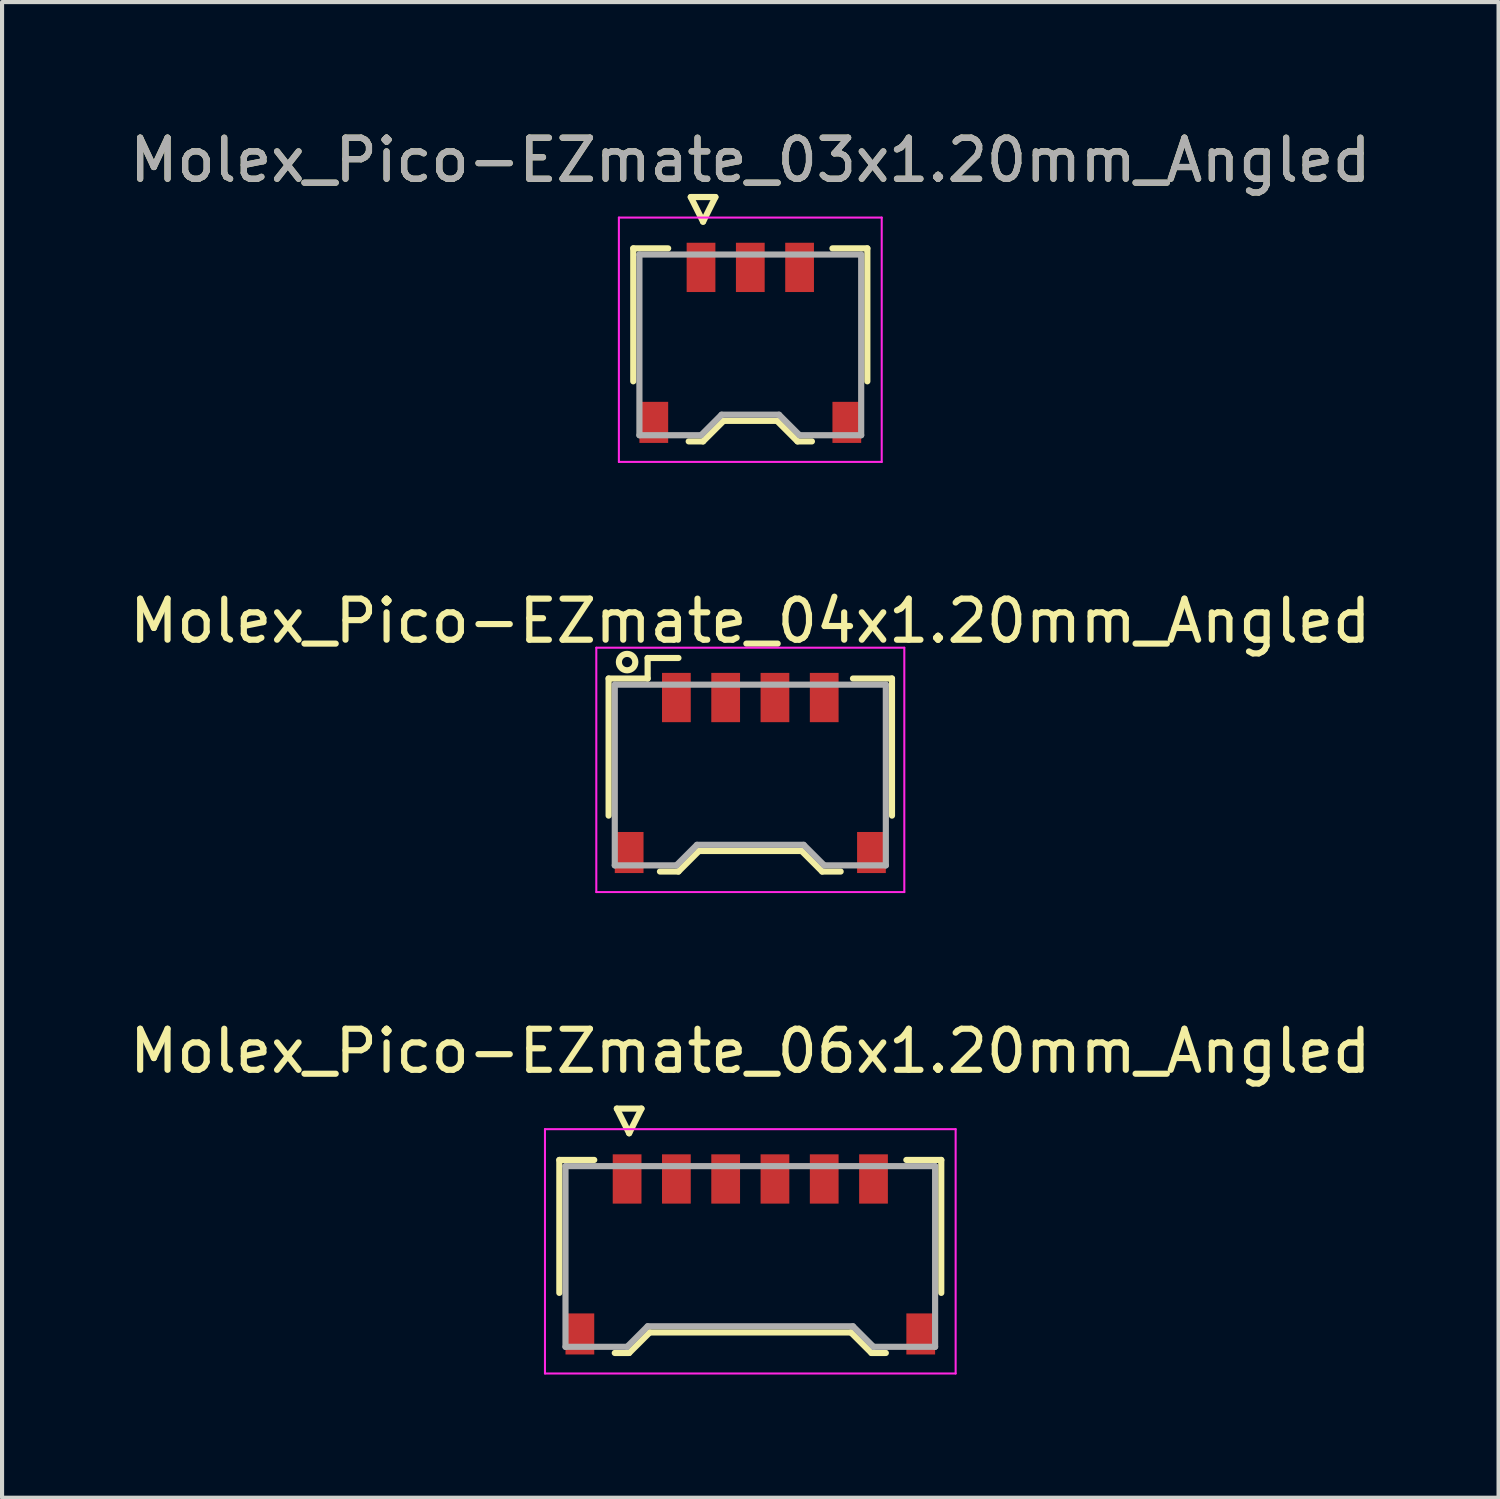
<source format=kicad_pcb>
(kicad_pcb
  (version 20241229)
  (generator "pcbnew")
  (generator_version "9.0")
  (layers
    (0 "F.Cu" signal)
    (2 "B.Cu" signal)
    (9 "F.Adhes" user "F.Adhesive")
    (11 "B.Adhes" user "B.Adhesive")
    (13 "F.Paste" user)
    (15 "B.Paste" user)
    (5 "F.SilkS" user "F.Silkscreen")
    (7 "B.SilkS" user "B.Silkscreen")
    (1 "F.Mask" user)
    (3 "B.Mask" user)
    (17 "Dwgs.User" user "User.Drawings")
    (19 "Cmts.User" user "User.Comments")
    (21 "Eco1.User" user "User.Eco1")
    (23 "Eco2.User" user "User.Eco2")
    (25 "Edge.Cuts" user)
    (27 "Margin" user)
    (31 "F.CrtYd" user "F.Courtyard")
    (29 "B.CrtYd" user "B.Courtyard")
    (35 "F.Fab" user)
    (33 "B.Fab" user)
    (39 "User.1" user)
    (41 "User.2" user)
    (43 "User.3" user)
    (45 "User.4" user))
  (footprint "Molex_Pico-EZmate_06x1.20mm_Angled"
    (layer "F.Cu")
    (at 15.22 27.545)
    (property "Reference" "Molex_Pico-EZmate_06x1.20mm_Angled" (at 0 -5 0) (layer "F.SilkS") (effects (font (size 1 1) (thickness 0.15))))
    (attr smd)
    (fp_line (start -4.65 -2.35) (end -4.65 0.887) (stroke (width 0.15) (type solid)) (layer "F.SilkS"))
    (fp_line (start -3.8 -2.35) (end -4.65 -2.35) (stroke (width 0.15) (type solid)) (layer "F.SilkS"))
    (fp_line (start -3.3 2.35) (end -2.95 2.35) (stroke (width 0.15) (type solid)) (layer "F.SilkS"))
    (fp_line (start -3.25 -3.6) (end -2.95 -3) (stroke (width 0.15) (type solid)) (layer "F.SilkS"))
    (fp_line (start -2.95 -3) (end -2.65 -3.6) (stroke (width 0.15) (type solid)) (layer "F.SilkS"))
    (fp_line (start -2.95 2.35) (end -2.45 1.85) (stroke (width 0.15) (type solid)) (layer "F.SilkS"))
    (fp_line (start -2.65 -3.6) (end -3.25 -3.6) (stroke (width 0.15) (type solid)) (layer "F.SilkS"))
    (fp_line (start -2.45 1.85) (end 2.45 1.85) (stroke (width 0.15) (type solid)) (layer "F.SilkS"))
    (fp_line (start 2.45 1.85) (end 2.95 2.35) (stroke (width 0.15) (type solid)) (layer "F.SilkS"))
    (fp_line (start 2.95 2.35) (end 3.3 2.35) (stroke (width 0.15) (type solid)) (layer "F.SilkS"))
    (fp_line (start 3.8 -2.35) (end 4.65 -2.35) (stroke (width 0.15) (type solid)) (layer "F.SilkS"))
    (fp_line (start 4.65 -2.35) (end 4.65 0.887) (stroke (width 0.15) (type solid)) (layer "F.SilkS"))
    (fp_line (start -5 -3.1) (end -5 2.85) (stroke (width 0.05) (type solid)) (layer "F.CrtYd"))
    (fp_line (start -5 2.85) (end 5 2.85) (stroke (width 0.05) (type solid)) (layer "F.CrtYd"))
    (fp_line (start 5 -3.1) (end -5 -3.1) (stroke (width 0.05) (type solid)) (layer "F.CrtYd"))
    (fp_line (start 5 2.85) (end 5 -3.1) (stroke (width 0.05) (type solid)) (layer "F.CrtYd"))
    (fp_line (start -4.5 -2.2) (end -4.5 2.2) (stroke (width 0.15) (type solid)) (layer "F.Fab"))
    (fp_line (start -4.5 2.2) (end -3 2.2) (stroke (width 0.15) (type solid)) (layer "F.Fab"))
    (fp_line (start -3 2.2) (end -2.5 1.7) (stroke (width 0.15) (type solid)) (layer "F.Fab"))
    (fp_line (start -2.5 1.7) (end 2.5 1.7) (stroke (width 0.15) (type solid)) (layer "F.Fab"))
    (fp_line (start 2.5 1.7) (end 3 2.2) (stroke (width 0.15) (type solid)) (layer "F.Fab"))
    (fp_line (start 3 2.2) (end 4.5 2.2) (stroke (width 0.15) (type solid)) (layer "F.Fab"))
    (fp_line (start 4.5 -2.2) (end -4.5 -2.2) (stroke (width 0.15) (type solid)) (layer "F.Fab"))
    (fp_line (start 4.5 2.2) (end 4.5 -2.2) (stroke (width 0.15) (type solid)) (layer "F.Fab"))
    (pad "" smd rect (at -4.15 1.887) (size 0.7 1) (layers "F.Cu" "F.Mask" "F.Paste"))
    (pad "" smd rect (at 4.15 1.887) (size 0.7 1) (layers "F.Cu" "F.Mask" "F.Paste"))
    (pad "1" smd rect (at -3 -1.887) (size 0.7 1.2) (layers "F.Cu" "F.Mask" "F.Paste"))
    (pad "2" smd rect (at -1.8 -1.887) (size 0.7 1.2) (layers "F.Cu" "F.Mask" "F.Paste"))
    (pad "3" smd rect (at -0.6 -1.887) (size 0.7 1.2) (layers "F.Cu" "F.Mask" "F.Paste"))
    (pad "4" smd rect (at 0.6 -1.887) (size 0.7 1.2) (layers "F.Cu" "F.Mask" "F.Paste"))
    (pad "5" smd rect (at 1.8 -1.887) (size 0.7 1.2) (layers "F.Cu" "F.Mask" "F.Paste"))
    (pad "6" smd rect (at 3 -1.887) (size 0.7 1.2) (layers "F.Cu" "F.Mask" "F.Paste")))
  (footprint "Molex_Pico-EZmate_04x1.20mm_Angled"
    (layer "F.Cu")
    (at 15.22 15.822)
    (property "Reference" "Molex_Pico-EZmate_04x1.20mm_Angled" (at 0 -3.75 0) (layer "F.SilkS") (effects (font (size 1 1) (thickness 0.15))))
    (attr smd)
    (fp_line (start -3.45 -2.35) (end -3.45 0.988) (stroke (width 0.15) (type solid)) (layer "F.SilkS"))
    (fp_line (start -2.5 -2.85) (end -1.75 -2.85) (stroke (width 0.15) (type solid)) (layer "F.SilkS"))
    (fp_line (start -2.5 -2.35) (end -3.45 -2.35) (stroke (width 0.15) (type solid)) (layer "F.SilkS"))
    (fp_line (start -2.5 -2.35) (end -2.5 -2.85) (stroke (width 0.15) (type solid)) (layer "F.SilkS"))
    (fp_line (start -2.2 2.35) (end -1.75 2.35) (stroke (width 0.15) (type solid)) (layer "F.SilkS"))
    (fp_line (start -1.75 2.35) (end -1.25 1.85) (stroke (width 0.15) (type solid)) (layer "F.SilkS"))
    (fp_line (start -1.25 1.85) (end 1.25 1.85) (stroke (width 0.15) (type solid)) (layer "F.SilkS"))
    (fp_line (start 1.25 1.85) (end 1.75 2.35) (stroke (width 0.15) (type solid)) (layer "F.SilkS"))
    (fp_line (start 1.75 2.35) (end 2.2 2.35) (stroke (width 0.15) (type solid)) (layer "F.SilkS"))
    (fp_line (start 2.5 -2.35) (end 3.45 -2.35) (stroke (width 0.15) (type solid)) (layer "F.SilkS"))
    (fp_line (start 3.45 -2.35) (end 3.45 0.988) (stroke (width 0.15) (type solid)) (layer "F.SilkS"))
    (fp_circle (center -3 -2.75) (end -2.8 -2.75) (stroke (width 0.15) (type solid)) (fill no) (layer "F.SilkS"))
    (fp_line (start -3.75 -3.1) (end -3.75 2.85) (stroke (width 0.05) (type solid)) (layer "F.CrtYd"))
    (fp_line (start -3.75 2.85) (end 3.75 2.85) (stroke (width 0.05) (type solid)) (layer "F.CrtYd"))
    (fp_line (start 3.75 -3.1) (end -3.75 -3.1) (stroke (width 0.05) (type solid)) (layer "F.CrtYd"))
    (fp_line (start 3.75 2.85) (end 3.75 -3.1) (stroke (width 0.05) (type solid)) (layer "F.CrtYd"))
    (fp_line (start -3.3 -2.2) (end -3.3 2.2) (stroke (width 0.15) (type solid)) (layer "F.Fab"))
    (fp_line (start -3.3 2.2) (end -1.8 2.2) (stroke (width 0.15) (type solid)) (layer "F.Fab"))
    (fp_line (start -1.8 2.2) (end -1.3 1.7) (stroke (width 0.15) (type solid)) (layer "F.Fab"))
    (fp_line (start -1.3 1.7) (end 1.3 1.7) (stroke (width 0.15) (type solid)) (layer "F.Fab"))
    (fp_line (start 1.3 1.7) (end 1.8 2.2) (stroke (width 0.15) (type solid)) (layer "F.Fab"))
    (fp_line (start 1.8 2.2) (end 3.3 2.2) (stroke (width 0.15) (type solid)) (layer "F.Fab"))
    (fp_line (start 3.3 -2.2) (end -3.3 -2.2) (stroke (width 0.15) (type solid)) (layer "F.Fab"))
    (fp_line (start 3.3 2.2) (end 3.3 -2.2) (stroke (width 0.15) (type solid)) (layer "F.Fab"))
    (pad "" smd rect (at -2.95 1.887) (size 0.7 1) (layers "F.Cu" "F.Mask" "F.Paste"))
    (pad "" smd rect (at 2.95 1.887) (size 0.7 1) (layers "F.Cu" "F.Mask" "F.Paste"))
    (pad "1" smd rect (at -1.8 -1.887) (size 0.7 1.2) (layers "F.Cu" "F.Mask" "F.Paste"))
    (pad "2" smd rect (at -0.6 -1.887) (size 0.7 1.2) (layers "F.Cu" "F.Mask" "F.Paste"))
    (pad "3" smd rect (at 0.6 -1.887) (size 0.7 1.2) (layers "F.Cu" "F.Mask" "F.Paste"))
    (pad "4" smd rect (at 1.8 -1.887) (size 0.7 1.2) (layers "F.Cu" "F.Mask" "F.Paste")))
  (footprint "Molex_Pico-EZmate_03x1.20mm_Angled"
    (layer "F.Cu")
    (at 15.22 5.348)
    (property "Reference" "Molex_Pico-EZmate_03x1.20mm_Angled" (at 0 -4.5 0) (layer "F.SilkS") (effects (font (size 1 1) (thickness 0.15))))
    (attr smd)
    (fp_line (start -2.85 -2.35) (end -2.85 0.887) (stroke (width 0.15) (type solid)) (layer "F.SilkS"))
    (fp_line (start -2 -2.35) (end -2.85 -2.35) (stroke (width 0.15) (type solid)) (layer "F.SilkS"))
    (fp_line (start -1.5 2.35) (end -1.15 2.35) (stroke (width 0.15) (type solid)) (layer "F.SilkS"))
    (fp_line (start -1.45 -3.6) (end -1.15 -3) (stroke (width 0.15) (type solid)) (layer "F.SilkS"))
    (fp_line (start -1.15 -3) (end -0.85 -3.6) (stroke (width 0.15) (type solid)) (layer "F.SilkS"))
    (fp_line (start -1.15 2.35) (end -0.65 1.85) (stroke (width 0.15) (type solid)) (layer "F.SilkS"))
    (fp_line (start -0.85 -3.6) (end -1.45 -3.6) (stroke (width 0.15) (type solid)) (layer "F.SilkS"))
    (fp_line (start -0.65 1.85) (end 0.65 1.85) (stroke (width 0.15) (type solid)) (layer "F.SilkS"))
    (fp_line (start 0.65 1.85) (end 1.15 2.35) (stroke (width 0.15) (type solid)) (layer "F.SilkS"))
    (fp_line (start 1.15 2.35) (end 1.5 2.35) (stroke (width 0.15) (type solid)) (layer "F.SilkS"))
    (fp_line (start 2 -2.35) (end 2.85 -2.35) (stroke (width 0.15) (type solid)) (layer "F.SilkS"))
    (fp_line (start 2.85 -2.35) (end 2.85 0.887) (stroke (width 0.15) (type solid)) (layer "F.SilkS"))
    (fp_line (start -3.2 -3.1) (end -3.2 2.85) (stroke (width 0.05) (type solid)) (layer "F.CrtYd"))
    (fp_line (start -3.2 2.85) (end 3.2 2.85) (stroke (width 0.05) (type solid)) (layer "F.CrtYd"))
    (fp_line (start 3.2 -3.1) (end -3.2 -3.1) (stroke (width 0.05) (type solid)) (layer "F.CrtYd"))
    (fp_line (start 3.2 2.85) (end 3.2 -3.1) (stroke (width 0.05) (type solid)) (layer "F.CrtYd"))
    (fp_line (start -2.7 -2.2) (end -2.7 2.2) (stroke (width 0.15) (type solid)) (layer "F.Fab"))
    (fp_line (start -2.7 2.2) (end -1.2 2.2) (stroke (width 0.15) (type solid)) (layer "F.Fab"))
    (fp_line (start -1.2 2.2) (end -0.7 1.7) (stroke (width 0.15) (type solid)) (layer "F.Fab"))
    (fp_line (start -0.7 1.7) (end 0.7 1.7) (stroke (width 0.15) (type solid)) (layer "F.Fab"))
    (fp_line (start 0.7 1.7) (end 1.2 2.2) (stroke (width 0.15) (type solid)) (layer "F.Fab"))
    (fp_line (start 1.2 2.2) (end 2.7 2.2) (stroke (width 0.15) (type solid)) (layer "F.Fab"))
    (fp_line (start 2.7 -2.2) (end -2.7 -2.2) (stroke (width 0.15) (type solid)) (layer "F.Fab"))
    (fp_line (start 2.7 2.2) (end 2.7 -2.2) (stroke (width 0.15) (type solid)) (layer "F.Fab"))
    (fp_text user "${REFERENCE}" (at 0 -4.5 0) (layer "F.Fab") (effects (font (size 1 1) (thickness 0.15))))
    (pad "" smd rect (at -2.35 1.887) (size 0.7 1) (layers "F.Cu" "F.Mask" "F.Paste"))
    (pad "" smd rect (at 2.35 1.887) (size 0.7 1) (layers "F.Cu" "F.Mask" "F.Paste"))
    (pad "1" smd rect (at -1.2 -1.887) (size 0.7 1.2) (layers "F.Cu" "F.Mask" "F.Paste"))
    (pad "2" smd rect (at 0 -1.887) (size 0.7 1.2) (layers "F.Cu" "F.Mask" "F.Paste"))
    (pad "3" smd rect (at 1.2 -1.887) (size 0.7 1.2) (layers "F.Cu" "F.Mask" "F.Paste")))
  (gr_rect
    (start -3 -3)
    (end 33.44 33.42)
    (stroke (width 0.1) (type default))
    (fill no)
    (layer "Edge.Cuts")))
</source>
